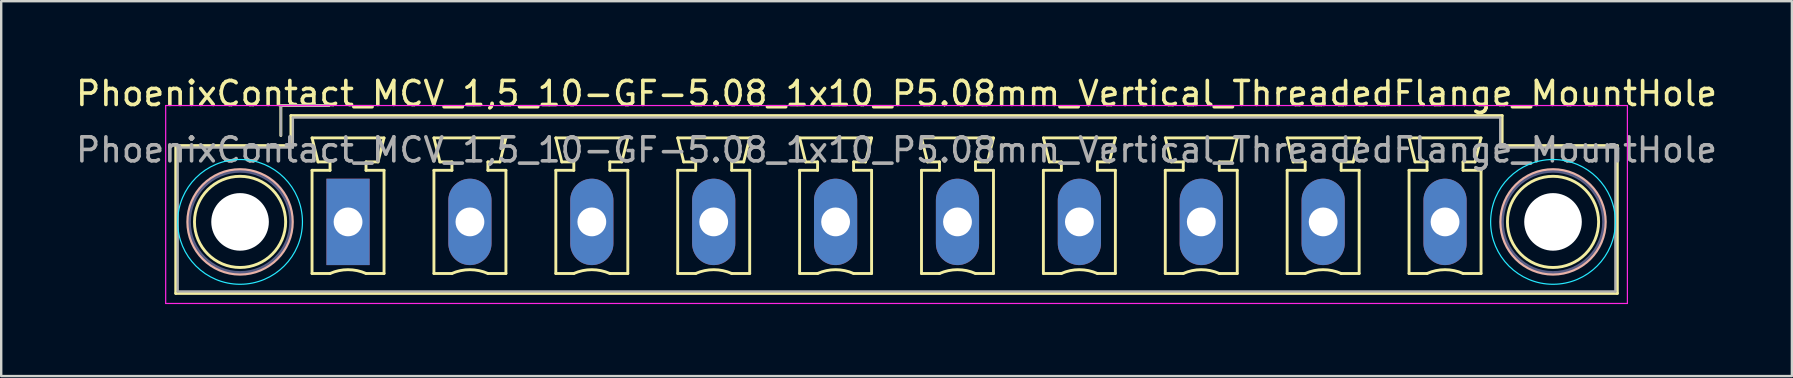
<source format=kicad_pcb>
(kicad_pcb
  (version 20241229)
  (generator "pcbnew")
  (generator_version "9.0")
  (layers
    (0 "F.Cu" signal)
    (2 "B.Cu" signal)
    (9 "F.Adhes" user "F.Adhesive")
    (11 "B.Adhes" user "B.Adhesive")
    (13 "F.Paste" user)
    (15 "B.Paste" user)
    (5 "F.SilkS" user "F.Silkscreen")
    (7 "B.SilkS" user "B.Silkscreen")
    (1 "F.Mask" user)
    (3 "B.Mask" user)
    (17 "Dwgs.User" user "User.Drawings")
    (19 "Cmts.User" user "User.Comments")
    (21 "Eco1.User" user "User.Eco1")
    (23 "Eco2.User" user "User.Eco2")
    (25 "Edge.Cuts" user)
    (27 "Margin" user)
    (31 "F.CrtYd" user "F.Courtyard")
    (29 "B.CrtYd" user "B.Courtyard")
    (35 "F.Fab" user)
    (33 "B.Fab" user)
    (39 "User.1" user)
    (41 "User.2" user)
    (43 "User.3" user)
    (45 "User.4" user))
  (footprint "PhoenixContact_MCV_1,5_10-GF-5.08_1x10_P5.08mm_Vertical_ThreadedFlange_MountHole"
    (layer "F.Cu")
    (at 11.455 6.198)
    (property "Reference" "PhoenixContact_MCV_1,5_10-GF-5.08_1x10_P5.08mm_Vertical_ThreadedFlange_MountHole" (at 22.86 -5.35 0) (layer "F.SilkS") (effects (font (size 1 1) (thickness 0.15))))
    (attr through_hole)
    (fp_line (start -7.18 -3.18) (end -7.18 2.98) (stroke (width 0.12) (type solid)) (layer "F.SilkS"))
    (fp_line (start -7.18 2.98) (end 52.9 2.98) (stroke (width 0.12) (type solid)) (layer "F.SilkS"))
    (fp_line (start -2.8 -4.85) (end -0.8 -4.85) (stroke (width 0.12) (type solid)) (layer "F.SilkS"))
    (fp_line (start -2.8 -3.6) (end -2.8 -4.85) (stroke (width 0.12) (type solid)) (layer "F.SilkS"))
    (fp_line (start -2.38 -4.43) (end -2.38 -3.18) (stroke (width 0.12) (type solid)) (layer "F.SilkS"))
    (fp_line (start -2.38 -3.18) (end -7.18 -3.18) (stroke (width 0.12) (type solid)) (layer "F.SilkS"))
    (fp_line (start -1.5 -3.5) (end 1.5 -3.5) (stroke (width 0.12) (type solid)) (layer "F.SilkS"))
    (fp_line (start -1.5 -2.15) (end -0.75 -2.15) (stroke (width 0.12) (type solid)) (layer "F.SilkS"))
    (fp_line (start -1.5 2.15) (end -1.5 -2.15) (stroke (width 0.12) (type solid)) (layer "F.SilkS"))
    (fp_line (start -1.25 -2.5) (end -1.5 -3.5) (stroke (width 0.12) (type solid)) (layer "F.SilkS"))
    (fp_line (start -0.75 -2.5) (end -1.25 -2.5) (stroke (width 0.12) (type solid)) (layer "F.SilkS"))
    (fp_line (start -0.75 -2.15) (end -0.75 -2.5) (stroke (width 0.12) (type solid)) (layer "F.SilkS"))
    (fp_line (start -0.75 2.15) (end -1.5 2.15) (stroke (width 0.12) (type solid)) (layer "F.SilkS"))
    (fp_line (start 0.75 -2.5) (end 0.75 -2.15) (stroke (width 0.12) (type solid)) (layer "F.SilkS"))
    (fp_line (start 0.75 -2.15) (end 1.5 -2.15) (stroke (width 0.12) (type solid)) (layer "F.SilkS"))
    (fp_line (start 1.25 -2.5) (end 0.75 -2.5) (stroke (width 0.12) (type solid)) (layer "F.SilkS"))
    (fp_line (start 1.5 -3.5) (end 1.25 -2.5) (stroke (width 0.12) (type solid)) (layer "F.SilkS"))
    (fp_line (start 1.5 -2.15) (end 1.5 2.15) (stroke (width 0.12) (type solid)) (layer "F.SilkS"))
    (fp_line (start 1.5 2.15) (end 0.75 2.15) (stroke (width 0.12) (type solid)) (layer "F.SilkS"))
    (fp_line (start 3.58 -3.5) (end 6.58 -3.5) (stroke (width 0.12) (type solid)) (layer "F.SilkS"))
    (fp_line (start 3.58 -2.15) (end 4.33 -2.15) (stroke (width 0.12) (type solid)) (layer "F.SilkS"))
    (fp_line (start 3.58 2.15) (end 3.58 -2.15) (stroke (width 0.12) (type solid)) (layer "F.SilkS"))
    (fp_line (start 3.83 -2.5) (end 3.58 -3.5) (stroke (width 0.12) (type solid)) (layer "F.SilkS"))
    (fp_line (start 4.33 -2.5) (end 3.83 -2.5) (stroke (width 0.12) (type solid)) (layer "F.SilkS"))
    (fp_line (start 4.33 -2.15) (end 4.33 -2.5) (stroke (width 0.12) (type solid)) (layer "F.SilkS"))
    (fp_line (start 4.33 2.15) (end 3.58 2.15) (stroke (width 0.12) (type solid)) (layer "F.SilkS"))
    (fp_line (start 5.83 -2.5) (end 5.83 -2.15) (stroke (width 0.12) (type solid)) (layer "F.SilkS"))
    (fp_line (start 5.83 -2.15) (end 6.58 -2.15) (stroke (width 0.12) (type solid)) (layer "F.SilkS"))
    (fp_line (start 6.33 -2.5) (end 5.83 -2.5) (stroke (width 0.12) (type solid)) (layer "F.SilkS"))
    (fp_line (start 6.58 -3.5) (end 6.33 -2.5) (stroke (width 0.12) (type solid)) (layer "F.SilkS"))
    (fp_line (start 6.58 -2.15) (end 6.58 2.15) (stroke (width 0.12) (type solid)) (layer "F.SilkS"))
    (fp_line (start 6.58 2.15) (end 5.83 2.15) (stroke (width 0.12) (type solid)) (layer "F.SilkS"))
    (fp_line (start 8.66 -3.5) (end 11.66 -3.5) (stroke (width 0.12) (type solid)) (layer "F.SilkS"))
    (fp_line (start 8.66 -2.15) (end 9.41 -2.15) (stroke (width 0.12) (type solid)) (layer "F.SilkS"))
    (fp_line (start 8.66 2.15) (end 8.66 -2.15) (stroke (width 0.12) (type solid)) (layer "F.SilkS"))
    (fp_line (start 8.91 -2.5) (end 8.66 -3.5) (stroke (width 0.12) (type solid)) (layer "F.SilkS"))
    (fp_line (start 9.41 -2.5) (end 8.91 -2.5) (stroke (width 0.12) (type solid)) (layer "F.SilkS"))
    (fp_line (start 9.41 -2.15) (end 9.41 -2.5) (stroke (width 0.12) (type solid)) (layer "F.SilkS"))
    (fp_line (start 9.41 2.15) (end 8.66 2.15) (stroke (width 0.12) (type solid)) (layer "F.SilkS"))
    (fp_line (start 10.91 -2.5) (end 10.91 -2.15) (stroke (width 0.12) (type solid)) (layer "F.SilkS"))
    (fp_line (start 10.91 -2.15) (end 11.66 -2.15) (stroke (width 0.12) (type solid)) (layer "F.SilkS"))
    (fp_line (start 11.41 -2.5) (end 10.91 -2.5) (stroke (width 0.12) (type solid)) (layer "F.SilkS"))
    (fp_line (start 11.66 -3.5) (end 11.41 -2.5) (stroke (width 0.12) (type solid)) (layer "F.SilkS"))
    (fp_line (start 11.66 -2.15) (end 11.66 2.15) (stroke (width 0.12) (type solid)) (layer "F.SilkS"))
    (fp_line (start 11.66 2.15) (end 10.91 2.15) (stroke (width 0.12) (type solid)) (layer "F.SilkS"))
    (fp_line (start 13.74 -3.5) (end 16.74 -3.5) (stroke (width 0.12) (type solid)) (layer "F.SilkS"))
    (fp_line (start 13.74 -2.15) (end 14.49 -2.15) (stroke (width 0.12) (type solid)) (layer "F.SilkS"))
    (fp_line (start 13.74 2.15) (end 13.74 -2.15) (stroke (width 0.12) (type solid)) (layer "F.SilkS"))
    (fp_line (start 13.99 -2.5) (end 13.74 -3.5) (stroke (width 0.12) (type solid)) (layer "F.SilkS"))
    (fp_line (start 14.49 -2.5) (end 13.99 -2.5) (stroke (width 0.12) (type solid)) (layer "F.SilkS"))
    (fp_line (start 14.49 -2.15) (end 14.49 -2.5) (stroke (width 0.12) (type solid)) (layer "F.SilkS"))
    (fp_line (start 14.49 2.15) (end 13.74 2.15) (stroke (width 0.12) (type solid)) (layer "F.SilkS"))
    (fp_line (start 15.99 -2.5) (end 15.99 -2.15) (stroke (width 0.12) (type solid)) (layer "F.SilkS"))
    (fp_line (start 15.99 -2.15) (end 16.74 -2.15) (stroke (width 0.12) (type solid)) (layer "F.SilkS"))
    (fp_line (start 16.49 -2.5) (end 15.99 -2.5) (stroke (width 0.12) (type solid)) (layer "F.SilkS"))
    (fp_line (start 16.74 -3.5) (end 16.49 -2.5) (stroke (width 0.12) (type solid)) (layer "F.SilkS"))
    (fp_line (start 16.74 -2.15) (end 16.74 2.15) (stroke (width 0.12) (type solid)) (layer "F.SilkS"))
    (fp_line (start 16.74 2.15) (end 15.99 2.15) (stroke (width 0.12) (type solid)) (layer "F.SilkS"))
    (fp_line (start 18.82 -3.5) (end 21.82 -3.5) (stroke (width 0.12) (type solid)) (layer "F.SilkS"))
    (fp_line (start 18.82 -2.15) (end 19.57 -2.15) (stroke (width 0.12) (type solid)) (layer "F.SilkS"))
    (fp_line (start 18.82 2.15) (end 18.82 -2.15) (stroke (width 0.12) (type solid)) (layer "F.SilkS"))
    (fp_line (start 19.07 -2.5) (end 18.82 -3.5) (stroke (width 0.12) (type solid)) (layer "F.SilkS"))
    (fp_line (start 19.57 -2.5) (end 19.07 -2.5) (stroke (width 0.12) (type solid)) (layer "F.SilkS"))
    (fp_line (start 19.57 -2.15) (end 19.57 -2.5) (stroke (width 0.12) (type solid)) (layer "F.SilkS"))
    (fp_line (start 19.57 2.15) (end 18.82 2.15) (stroke (width 0.12) (type solid)) (layer "F.SilkS"))
    (fp_line (start 21.07 -2.5) (end 21.07 -2.15) (stroke (width 0.12) (type solid)) (layer "F.SilkS"))
    (fp_line (start 21.07 -2.15) (end 21.82 -2.15) (stroke (width 0.12) (type solid)) (layer "F.SilkS"))
    (fp_line (start 21.57 -2.5) (end 21.07 -2.5) (stroke (width 0.12) (type solid)) (layer "F.SilkS"))
    (fp_line (start 21.82 -3.5) (end 21.57 -2.5) (stroke (width 0.12) (type solid)) (layer "F.SilkS"))
    (fp_line (start 21.82 -2.15) (end 21.82 2.15) (stroke (width 0.12) (type solid)) (layer "F.SilkS"))
    (fp_line (start 21.82 2.15) (end 21.07 2.15) (stroke (width 0.12) (type solid)) (layer "F.SilkS"))
    (fp_line (start 23.9 -3.5) (end 26.9 -3.5) (stroke (width 0.12) (type solid)) (layer "F.SilkS"))
    (fp_line (start 23.9 -2.15) (end 24.65 -2.15) (stroke (width 0.12) (type solid)) (layer "F.SilkS"))
    (fp_line (start 23.9 2.15) (end 23.9 -2.15) (stroke (width 0.12) (type solid)) (layer "F.SilkS"))
    (fp_line (start 24.15 -2.5) (end 23.9 -3.5) (stroke (width 0.12) (type solid)) (layer "F.SilkS"))
    (fp_line (start 24.65 -2.5) (end 24.15 -2.5) (stroke (width 0.12) (type solid)) (layer "F.SilkS"))
    (fp_line (start 24.65 -2.15) (end 24.65 -2.5) (stroke (width 0.12) (type solid)) (layer "F.SilkS"))
    (fp_line (start 24.65 2.15) (end 23.9 2.15) (stroke (width 0.12) (type solid)) (layer "F.SilkS"))
    (fp_line (start 26.15 -2.5) (end 26.15 -2.15) (stroke (width 0.12) (type solid)) (layer "F.SilkS"))
    (fp_line (start 26.15 -2.15) (end 26.9 -2.15) (stroke (width 0.12) (type solid)) (layer "F.SilkS"))
    (fp_line (start 26.65 -2.5) (end 26.15 -2.5) (stroke (width 0.12) (type solid)) (layer "F.SilkS"))
    (fp_line (start 26.9 -3.5) (end 26.65 -2.5) (stroke (width 0.12) (type solid)) (layer "F.SilkS"))
    (fp_line (start 26.9 -2.15) (end 26.9 2.15) (stroke (width 0.12) (type solid)) (layer "F.SilkS"))
    (fp_line (start 26.9 2.15) (end 26.15 2.15) (stroke (width 0.12) (type solid)) (layer "F.SilkS"))
    (fp_line (start 28.98 -3.5) (end 31.98 -3.5) (stroke (width 0.12) (type solid)) (layer "F.SilkS"))
    (fp_line (start 28.98 -2.15) (end 29.73 -2.15) (stroke (width 0.12) (type solid)) (layer "F.SilkS"))
    (fp_line (start 28.98 2.15) (end 28.98 -2.15) (stroke (width 0.12) (type solid)) (layer "F.SilkS"))
    (fp_line (start 29.23 -2.5) (end 28.98 -3.5) (stroke (width 0.12) (type solid)) (layer "F.SilkS"))
    (fp_line (start 29.73 -2.5) (end 29.23 -2.5) (stroke (width 0.12) (type solid)) (layer "F.SilkS"))
    (fp_line (start 29.73 -2.15) (end 29.73 -2.5) (stroke (width 0.12) (type solid)) (layer "F.SilkS"))
    (fp_line (start 29.73 2.15) (end 28.98 2.15) (stroke (width 0.12) (type solid)) (layer "F.SilkS"))
    (fp_line (start 31.23 -2.5) (end 31.23 -2.15) (stroke (width 0.12) (type solid)) (layer "F.SilkS"))
    (fp_line (start 31.23 -2.15) (end 31.98 -2.15) (stroke (width 0.12) (type solid)) (layer "F.SilkS"))
    (fp_line (start 31.73 -2.5) (end 31.23 -2.5) (stroke (width 0.12) (type solid)) (layer "F.SilkS"))
    (fp_line (start 31.98 -3.5) (end 31.73 -2.5) (stroke (width 0.12) (type solid)) (layer "F.SilkS"))
    (fp_line (start 31.98 -2.15) (end 31.98 2.15) (stroke (width 0.12) (type solid)) (layer "F.SilkS"))
    (fp_line (start 31.98 2.15) (end 31.23 2.15) (stroke (width 0.12) (type solid)) (layer "F.SilkS"))
    (fp_line (start 34.06 -3.5) (end 37.06 -3.5) (stroke (width 0.12) (type solid)) (layer "F.SilkS"))
    (fp_line (start 34.06 -2.15) (end 34.81 -2.15) (stroke (width 0.12) (type solid)) (layer "F.SilkS"))
    (fp_line (start 34.06 2.15) (end 34.06 -2.15) (stroke (width 0.12) (type solid)) (layer "F.SilkS"))
    (fp_line (start 34.31 -2.5) (end 34.06 -3.5) (stroke (width 0.12) (type solid)) (layer "F.SilkS"))
    (fp_line (start 34.81 -2.5) (end 34.31 -2.5) (stroke (width 0.12) (type solid)) (layer "F.SilkS"))
    (fp_line (start 34.81 -2.15) (end 34.81 -2.5) (stroke (width 0.12) (type solid)) (layer "F.SilkS"))
    (fp_line (start 34.81 2.15) (end 34.06 2.15) (stroke (width 0.12) (type solid)) (layer "F.SilkS"))
    (fp_line (start 36.31 -2.5) (end 36.31 -2.15) (stroke (width 0.12) (type solid)) (layer "F.SilkS"))
    (fp_line (start 36.31 -2.15) (end 37.06 -2.15) (stroke (width 0.12) (type solid)) (layer "F.SilkS"))
    (fp_line (start 36.81 -2.5) (end 36.31 -2.5) (stroke (width 0.12) (type solid)) (layer "F.SilkS"))
    (fp_line (start 37.06 -3.5) (end 36.81 -2.5) (stroke (width 0.12) (type solid)) (layer "F.SilkS"))
    (fp_line (start 37.06 -2.15) (end 37.06 2.15) (stroke (width 0.12) (type solid)) (layer "F.SilkS"))
    (fp_line (start 37.06 2.15) (end 36.31 2.15) (stroke (width 0.12) (type solid)) (layer "F.SilkS"))
    (fp_line (start 39.14 -3.5) (end 42.14 -3.5) (stroke (width 0.12) (type solid)) (layer "F.SilkS"))
    (fp_line (start 39.14 -2.15) (end 39.89 -2.15) (stroke (width 0.12) (type solid)) (layer "F.SilkS"))
    (fp_line (start 39.14 2.15) (end 39.14 -2.15) (stroke (width 0.12) (type solid)) (layer "F.SilkS"))
    (fp_line (start 39.39 -2.5) (end 39.14 -3.5) (stroke (width 0.12) (type solid)) (layer "F.SilkS"))
    (fp_line (start 39.89 -2.5) (end 39.39 -2.5) (stroke (width 0.12) (type solid)) (layer "F.SilkS"))
    (fp_line (start 39.89 -2.15) (end 39.89 -2.5) (stroke (width 0.12) (type solid)) (layer "F.SilkS"))
    (fp_line (start 39.89 2.15) (end 39.14 2.15) (stroke (width 0.12) (type solid)) (layer "F.SilkS"))
    (fp_line (start 41.39 -2.5) (end 41.39 -2.15) (stroke (width 0.12) (type solid)) (layer "F.SilkS"))
    (fp_line (start 41.39 -2.15) (end 42.14 -2.15) (stroke (width 0.12) (type solid)) (layer "F.SilkS"))
    (fp_line (start 41.89 -2.5) (end 41.39 -2.5) (stroke (width 0.12) (type solid)) (layer "F.SilkS"))
    (fp_line (start 42.14 -3.5) (end 41.89 -2.5) (stroke (width 0.12) (type solid)) (layer "F.SilkS"))
    (fp_line (start 42.14 -2.15) (end 42.14 2.15) (stroke (width 0.12) (type solid)) (layer "F.SilkS"))
    (fp_line (start 42.14 2.15) (end 41.39 2.15) (stroke (width 0.12) (type solid)) (layer "F.SilkS"))
    (fp_line (start 44.22 -3.5) (end 47.22 -3.5) (stroke (width 0.12) (type solid)) (layer "F.SilkS"))
    (fp_line (start 44.22 -2.15) (end 44.97 -2.15) (stroke (width 0.12) (type solid)) (layer "F.SilkS"))
    (fp_line (start 44.22 2.15) (end 44.22 -2.15) (stroke (width 0.12) (type solid)) (layer "F.SilkS"))
    (fp_line (start 44.47 -2.5) (end 44.22 -3.5) (stroke (width 0.12) (type solid)) (layer "F.SilkS"))
    (fp_line (start 44.97 -2.5) (end 44.47 -2.5) (stroke (width 0.12) (type solid)) (layer "F.SilkS"))
    (fp_line (start 44.97 -2.15) (end 44.97 -2.5) (stroke (width 0.12) (type solid)) (layer "F.SilkS"))
    (fp_line (start 44.97 2.15) (end 44.22 2.15) (stroke (width 0.12) (type solid)) (layer "F.SilkS"))
    (fp_line (start 46.47 -2.5) (end 46.47 -2.15) (stroke (width 0.12) (type solid)) (layer "F.SilkS"))
    (fp_line (start 46.47 -2.15) (end 47.22 -2.15) (stroke (width 0.12) (type solid)) (layer "F.SilkS"))
    (fp_line (start 46.97 -2.5) (end 46.47 -2.5) (stroke (width 0.12) (type solid)) (layer "F.SilkS"))
    (fp_line (start 47.22 -3.5) (end 46.97 -2.5) (stroke (width 0.12) (type solid)) (layer "F.SilkS"))
    (fp_line (start 47.22 -2.15) (end 47.22 2.15) (stroke (width 0.12) (type solid)) (layer "F.SilkS"))
    (fp_line (start 47.22 2.15) (end 46.47 2.15) (stroke (width 0.12) (type solid)) (layer "F.SilkS"))
    (fp_line (start 48.1 -4.43) (end -2.38 -4.43) (stroke (width 0.12) (type solid)) (layer "F.SilkS"))
    (fp_line (start 48.1 -3.18) (end 48.1 -4.43) (stroke (width 0.12) (type solid)) (layer "F.SilkS"))
    (fp_line (start 52.9 -3.18) (end 48.1 -3.18) (stroke (width 0.12) (type solid)) (layer "F.SilkS"))
    (fp_line (start 52.9 2.98) (end 52.9 -3.18) (stroke (width 0.12) (type solid)) (layer "F.SilkS"))
    (fp_arc (start -0.75 2.15) (mid -0.000193 1.99191) (end 0.749647 2.149844) (stroke (width 0.12) (type solid)) (layer "F.SilkS"))
    (fp_arc (start 4.33 2.15) (mid 5.079807 1.99191) (end 5.829647 2.149844) (stroke (width 0.12) (type solid)) (layer "F.SilkS"))
    (fp_arc (start 9.41 2.15) (mid 10.159807 1.99191) (end 10.909647 2.149844) (stroke (width 0.12) (type solid)) (layer "F.SilkS"))
    (fp_arc (start 14.49 2.15) (mid 15.239807 1.99191) (end 15.989647 2.149844) (stroke (width 0.12) (type solid)) (layer "F.SilkS"))
    (fp_arc (start 19.57 2.15) (mid 20.319807 1.99191) (end 21.069647 2.149844) (stroke (width 0.12) (type solid)) (layer "F.SilkS"))
    (fp_arc (start 24.65 2.15) (mid 25.399807 1.99191) (end 26.149647 2.149844) (stroke (width 0.12) (type solid)) (layer "F.SilkS"))
    (fp_arc (start 29.73 2.15) (mid 30.479807 1.99191) (end 31.229647 2.149844) (stroke (width 0.12) (type solid)) (layer "F.SilkS"))
    (fp_arc (start 34.81 2.15) (mid 35.559807 1.99191) (end 36.309647 2.149844) (stroke (width 0.12) (type solid)) (layer "F.SilkS"))
    (fp_arc (start 39.89 2.15) (mid 40.639807 1.99191) (end 41.389647 2.149844) (stroke (width 0.12) (type solid)) (layer "F.SilkS"))
    (fp_arc (start 44.97 2.15) (mid 45.719807 1.99191) (end 46.469647 2.149844) (stroke (width 0.12) (type solid)) (layer "F.SilkS"))
    (fp_circle (center -4.5 0) (end -2.6 0) (stroke (width 0.12) (type solid)) (fill no) (layer "F.SilkS"))
    (fp_circle (center 50.22 0) (end 52.12 0) (stroke (width 0.12) (type solid)) (fill no) (layer "F.SilkS"))
    (fp_circle (center -4.5 0) (end -2.32 0) (stroke (width 0.12) (type solid)) (fill no) (layer "B.SilkS"))
    (fp_circle (center 50.22 0) (end 52.4 0) (stroke (width 0.12) (type solid)) (fill no) (layer "B.SilkS"))
    (fp_circle (center -4.5 0) (end -1.9 0) (stroke (width 0.05) (type solid)) (fill no) (layer "B.CrtYd"))
    (fp_circle (center 50.22 0) (end 52.82 0) (stroke (width 0.05) (type solid)) (fill no) (layer "B.CrtYd"))
    (fp_line (start -7.6 -4.85) (end -7.6 3.4) (stroke (width 0.05) (type solid)) (layer "F.CrtYd"))
    (fp_line (start -7.6 3.4) (end 53.32 3.4) (stroke (width 0.05) (type solid)) (layer "F.CrtYd"))
    (fp_line (start 53.32 -4.85) (end -7.6 -4.85) (stroke (width 0.05) (type solid)) (layer "F.CrtYd"))
    (fp_line (start 53.32 3.4) (end 53.32 -4.85) (stroke (width 0.05) (type solid)) (layer "F.CrtYd"))
    (fp_circle (center -4.5 0) (end -2.4 0) (stroke (width 0.1) (type solid)) (fill no) (layer "B.Fab"))
    (fp_circle (center 50.22 0) (end 52.32 0) (stroke (width 0.1) (type solid)) (fill no) (layer "B.Fab"))
    (fp_line (start -7.1 -3.1) (end -7.1 2.9) (stroke (width 0.1) (type solid)) (layer "F.Fab"))
    (fp_line (start -7.1 2.9) (end 52.82 2.9) (stroke (width 0.1) (type solid)) (layer "F.Fab"))
    (fp_line (start -2.8 -4.85) (end -0.8 -4.85) (stroke (width 0.1) (type solid)) (layer "F.Fab"))
    (fp_line (start -2.8 -3.6) (end -2.8 -4.85) (stroke (width 0.1) (type solid)) (layer "F.Fab"))
    (fp_line (start -2.3 -4.35) (end -2.3 -3.1) (stroke (width 0.1) (type solid)) (layer "F.Fab"))
    (fp_line (start -2.3 -3.1) (end -7.1 -3.1) (stroke (width 0.1) (type solid)) (layer "F.Fab"))
    (fp_line (start 48.02 -4.35) (end -2.3 -4.35) (stroke (width 0.1) (type solid)) (layer "F.Fab"))
    (fp_line (start 48.02 -3.1) (end 48.02 -4.35) (stroke (width 0.1) (type solid)) (layer "F.Fab"))
    (fp_line (start 52.82 -3.1) (end 48.02 -3.1) (stroke (width 0.1) (type solid)) (layer "F.Fab"))
    (fp_line (start 52.82 2.9) (end 52.82 -3.1) (stroke (width 0.1) (type solid)) (layer "F.Fab"))
    (fp_text user "${REFERENCE}" (at 22.86 -3 0) (layer "F.Fab") (effects (font (size 1 1) (thickness 0.15))))
    (pad "" np_thru_hole circle (at -4.5 0) (size 2.4 2.4) (drill 2.4) (layers "*.Cu" "*.Mask"))
    (pad "" np_thru_hole circle (at 50.22 0) (size 2.4 2.4) (drill 2.4) (layers "*.Cu" "*.Mask"))
    (pad "1" thru_hole rect (at 0 0) (size 1.8 3.6) (drill 1.2) (layers "*.Cu" "*.Mask"))
    (pad "2" thru_hole oval (at 5.08 0) (size 1.8 3.6) (drill 1.2) (layers "*.Cu" "*.Mask"))
    (pad "3" thru_hole oval (at 10.16 0) (size 1.8 3.6) (drill 1.2) (layers "*.Cu" "*.Mask"))
    (pad "4" thru_hole oval (at 15.24 0) (size 1.8 3.6) (drill 1.2) (layers "*.Cu" "*.Mask"))
    (pad "5" thru_hole oval (at 20.32 0) (size 1.8 3.6) (drill 1.2) (layers "*.Cu" "*.Mask"))
    (pad "6" thru_hole oval (at 25.4 0) (size 1.8 3.6) (drill 1.2) (layers "*.Cu" "*.Mask"))
    (pad "7" thru_hole oval (at 30.48 0) (size 1.8 3.6) (drill 1.2) (layers "*.Cu" "*.Mask"))
    (pad "8" thru_hole oval (at 35.56 0) (size 1.8 3.6) (drill 1.2) (layers "*.Cu" "*.Mask"))
    (pad "9" thru_hole oval (at 40.64 0) (size 1.8 3.6) (drill 1.2) (layers "*.Cu" "*.Mask"))
    (pad "10" thru_hole oval (at 45.72 0) (size 1.8 3.6) (drill 1.2) (layers "*.Cu" "*.Mask")))
  (gr_rect
    (start -3 -3)
    (end 71.631 12.623)
    (stroke (width 0.1) (type default))
    (fill no)
    (layer "Edge.Cuts")))
</source>
